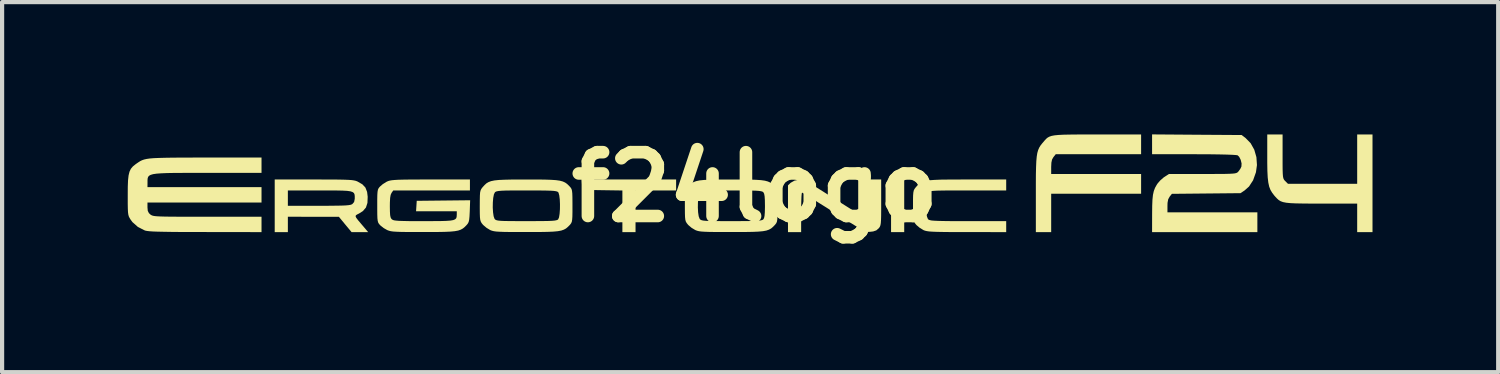
<source format=kicad_pcb>
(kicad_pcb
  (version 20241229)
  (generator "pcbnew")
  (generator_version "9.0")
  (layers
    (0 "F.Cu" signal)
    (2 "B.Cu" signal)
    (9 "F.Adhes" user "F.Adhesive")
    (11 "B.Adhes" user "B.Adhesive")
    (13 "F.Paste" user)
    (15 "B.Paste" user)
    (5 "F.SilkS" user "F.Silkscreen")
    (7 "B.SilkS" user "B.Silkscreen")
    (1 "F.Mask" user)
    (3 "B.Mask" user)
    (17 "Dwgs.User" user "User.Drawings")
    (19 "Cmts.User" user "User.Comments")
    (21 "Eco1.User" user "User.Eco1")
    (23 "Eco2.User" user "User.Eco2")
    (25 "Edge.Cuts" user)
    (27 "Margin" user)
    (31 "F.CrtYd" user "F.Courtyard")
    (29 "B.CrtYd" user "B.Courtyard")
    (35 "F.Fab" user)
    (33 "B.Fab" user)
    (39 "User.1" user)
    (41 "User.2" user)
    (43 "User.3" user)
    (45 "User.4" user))
  (footprint "f24logo"
    (layer "F.Cu")
    (at 14.978 1.418)
    (property "Reference" "f24logo" (at 0 0 0) (layer "F.SilkS") (effects (font (size 1.524 1.524) (thickness 0.3))))
    (attr board_only exclude_from_pos_files exclude_from_bom)
    (fp_poly (pts (xy 3.561 1.074) (xy 3.247 1.074) (xy 3.247 -0.183) (xy 3.561 -0.183)) (stroke (width 0) (type solid)) (fill yes) (layer "F.SilkS"))
    (fp_poly (pts (xy -1.885 0.079) (xy -2.854 0.079) (xy -2.854 1.074) (xy -3.168 1.074) (xy -3.168 0.08) (xy -3.646 0.073) (xy -4.124 0.065) (xy -4.132 -0.059) (xy -4.14 -0.183) (xy -1.885 -0.183)) (stroke (width 0) (type solid)) (fill yes) (layer "F.SilkS"))
    (fp_poly (pts (xy 8.169 -1.257) (xy 9.217 -1.257) (xy 9.217 -0.786) (xy 7.179 -0.786) (xy 7.124 -0.717) (xy 7.091 -0.66) (xy 7.075 -0.585) (xy 7.07 -0.481) (xy 7.07 -0.314) (xy 9.217 -0.314) (xy 9.217 0.157) (xy 7.07 0.157) (xy 7.07 1.074) (xy 6.704 1.074) (xy 6.704 0.175) (xy 6.704 -0.087) (xy 6.705 -0.303) (xy 6.709 -0.478) (xy 6.715 -0.618) (xy 6.725 -0.729) (xy 6.739 -0.816) (xy 6.759 -0.885) (xy 6.784 -0.943) (xy 6.816 -0.995) (xy 6.856 -1.046) (xy 6.878 -1.071) (xy 6.916 -1.116) (xy 6.95 -1.153) (xy 6.986 -1.183) (xy 7.029 -1.206) (xy 7.083 -1.224) (xy 7.154 -1.237) (xy 7.248 -1.246) (xy 7.369 -1.252) (xy 7.523 -1.255) (xy 7.714 -1.257) (xy 7.949 -1.257)) (stroke (width 0) (type solid)) (fill yes) (layer "F.SilkS"))
    (fp_poly (pts (xy 12.595 -0.732) (xy 12.595 -0.554) (xy 12.596 -0.42) (xy 12.599 -0.324) (xy 12.604 -0.258) (xy 12.613 -0.213) (xy 12.626 -0.183) (xy 12.643 -0.16) (xy 12.66 -0.143) (xy 12.724 -0.079) (xy 14.376 -0.079) (xy 14.376 -1.257) (xy 14.742 -1.257) (xy 14.742 1.074) (xy 14.376 1.074) (xy 14.376 0.393) (xy 13.522 0.393) (xy 13.273 0.393) (xy 13.07 0.391) (xy 12.908 0.388) (xy 12.78 0.382) (xy 12.682 0.372) (xy 12.606 0.357) (xy 12.548 0.336) (xy 12.502 0.308) (xy 12.461 0.271) (xy 12.419 0.226) (xy 12.397 0.201) (xy 12.346 0.134) (xy 12.305 0.065) (xy 12.275 -0.013) (xy 12.254 -0.11) (xy 12.24 -0.231) (xy 12.232 -0.385) (xy 12.229 -0.58) (xy 12.229 -0.712) (xy 12.229 -1.257) (xy 12.595 -1.257)) (stroke (width 0) (type solid)) (fill yes) (layer "F.SilkS"))
    (fp_poly (pts (xy 10.548 -1.251) (xy 11.617 -1.244) (xy 11.713 -1.171) (xy 11.832 -1.049) (xy 11.919 -0.894) (xy 11.97 -0.716) (xy 11.983 -0.527) (xy 11.959 -0.355) (xy 11.891 -0.164) (xy 11.793 -0.014) (xy 11.688 0.079) (xy 11.591 0.144) (xy 10.772 0.152) (xy 9.952 0.16) (xy 9.899 0.227) (xy 9.864 0.29) (xy 9.848 0.376) (xy 9.846 0.449) (xy 9.846 0.602) (xy 11.993 0.602) (xy 11.993 1.074) (xy 9.479 1.074) (xy 9.48 0.635) (xy 9.482 0.445) (xy 9.488 0.299) (xy 9.5 0.185) (xy 9.52 0.095) (xy 9.549 0.018) (xy 9.589 -0.054) (xy 9.613 -0.09) (xy 9.675 -0.161) (xy 9.754 -0.23) (xy 9.778 -0.246) (xy 9.882 -0.314) (xy 10.684 -0.314) (xy 10.91 -0.314) (xy 11.089 -0.315) (xy 11.228 -0.316) (xy 11.332 -0.319) (xy 11.406 -0.323) (xy 11.458 -0.329) (xy 11.492 -0.338) (xy 11.515 -0.349) (xy 11.531 -0.364) (xy 11.54 -0.373) (xy 11.586 -0.437) (xy 11.612 -0.491) (xy 11.616 -0.566) (xy 11.595 -0.652) (xy 11.558 -0.725) (xy 11.521 -0.76) (xy 11.482 -0.766) (xy 11.394 -0.772) (xy 11.262 -0.777) (xy 11.087 -0.781) (xy 10.876 -0.784) (xy 10.63 -0.785) (xy 10.476 -0.786) (xy 9.479 -0.786) (xy 9.479 -1.259)) (stroke (width 0) (type solid)) (fill yes) (layer "F.SilkS"))
    (fp_poly (pts (xy -10.533 -0.183) (xy -10.284 -0.182) (xy -10.082 -0.182) (xy -9.921 -0.18) (xy -9.796 -0.177) (xy -9.7 -0.173) (xy -9.629 -0.168) (xy -9.576 -0.16) (xy -9.536 -0.151) (xy -9.503 -0.139) (xy -9.492 -0.134) (xy -9.376 -0.067) (xy -9.303 0.011) (xy -9.263 0.115) (xy -9.249 0.23) (xy -9.255 0.377) (xy -9.291 0.487) (xy -9.364 0.572) (xy -9.454 0.629) (xy -9.502 0.653) (xy -9.531 0.673) (xy -9.538 0.697) (xy -9.522 0.733) (xy -9.478 0.791) (xy -9.405 0.877) (xy -9.366 0.923) (xy -9.238 1.074) (xy -9.634 1.074) (xy -9.786 0.891) (xy -9.937 0.708) (xy -10.546 0.708) (xy -11.155 0.707) (xy -11.155 1.074) (xy -11.469 1.074) (xy -11.469 0.445) (xy -11.155 0.445) (xy -10.415 0.445) (xy -10.193 0.445) (xy -10.017 0.443) (xy -9.882 0.441) (xy -9.781 0.437) (xy -9.71 0.431) (xy -9.661 0.423) (xy -9.63 0.412) (xy -9.616 0.404) (xy -9.573 0.355) (xy -9.558 0.279) (xy -9.558 0.262) (xy -9.558 0.212) (xy -9.564 0.171) (xy -9.579 0.14) (xy -9.61 0.117) (xy -9.662 0.1) (xy -9.739 0.089) (xy -9.849 0.083) (xy -9.994 0.08) (xy -10.183 0.079) (xy -10.398 0.079) (xy -11.155 0.079) (xy -11.155 0.445) (xy -11.469 0.445) (xy -11.469 -0.183)) (stroke (width 0) (type solid)) (fill yes) (layer "F.SilkS"))
    (fp_poly (pts (xy 3.011 0.365) (xy 3.011 0.548) (xy 3.01 0.686) (xy 3.007 0.787) (xy 3.002 0.858) (xy 2.994 0.906) (xy 2.982 0.94) (xy 2.966 0.966) (xy 2.951 0.984) (xy 2.894 1.033) (xy 2.819 1.058) (xy 2.761 1.065) (xy 2.725 1.068) (xy 2.692 1.067) (xy 2.656 1.059) (xy 2.612 1.043) (xy 2.555 1.016) (xy 2.479 0.973) (xy 2.38 0.914) (xy 2.253 0.835) (xy 2.092 0.734) (xy 1.892 0.607) (xy 1.886 0.604) (xy 1.709 0.491) (xy 1.545 0.389) (xy 1.401 0.299) (xy 1.281 0.225) (xy 1.191 0.17) (xy 1.136 0.138) (xy 1.121 0.131) (xy 1.114 0.156) (xy 1.108 0.225) (xy 1.104 0.329) (xy 1.101 0.462) (xy 1.1 0.602) (xy 1.1 1.074) (xy 0.786 1.074) (xy 0.786 -0.043) (xy 0.85 -0.104) (xy 0.942 -0.156) (xy 1.04 -0.175) (xy 1.075 -0.177) (xy 1.108 -0.176) (xy 1.145 -0.168) (xy 1.19 -0.151) (xy 1.249 -0.121) (xy 1.327 -0.078) (xy 1.429 -0.016) (xy 1.56 0.065) (xy 1.725 0.169) (xy 1.91 0.287) (xy 2.088 0.399) (xy 2.252 0.502) (xy 2.396 0.592) (xy 2.516 0.665) (xy 2.606 0.72) (xy 2.661 0.752) (xy 2.676 0.759) (xy 2.683 0.735) (xy 2.689 0.666) (xy 2.693 0.561) (xy 2.696 0.429) (xy 2.697 0.288) (xy 2.697 -0.183) (xy 3.011 -0.183)) (stroke (width 0) (type solid)) (fill yes) (layer "F.SilkS"))
    (fp_poly (pts (xy 5.996 0.079) (xy 5.084 0.079) (xy 4.84 0.079) (xy 4.644 0.079) (xy 4.489 0.081) (xy 4.37 0.083) (xy 4.283 0.087) (xy 4.221 0.092) (xy 4.179 0.099) (xy 4.152 0.108) (xy 4.135 0.12) (xy 4.128 0.126) (xy 4.105 0.18) (xy 4.089 0.27) (xy 4.081 0.381) (xy 4.081 0.501) (xy 4.089 0.614) (xy 4.105 0.706) (xy 4.128 0.763) (xy 4.133 0.768) (xy 4.15 0.78) (xy 4.178 0.789) (xy 4.22 0.797) (xy 4.284 0.802) (xy 4.373 0.806) (xy 4.494 0.809) (xy 4.651 0.811) (xy 4.849 0.812) (xy 5.089 0.812) (xy 5.996 0.812) (xy 5.996 1.074) (xy 5.06 1.073) (xy 4.811 1.073) (xy 4.609 1.072) (xy 4.448 1.07) (xy 4.322 1.067) (xy 4.226 1.063) (xy 4.155 1.058) (xy 4.101 1.05) (xy 4.061 1.041) (xy 4.028 1.029) (xy 4.018 1.024) (xy 3.932 0.972) (xy 3.854 0.906) (xy 3.842 0.892) (xy 3.813 0.857) (xy 3.794 0.822) (xy 3.781 0.779) (xy 3.775 0.717) (xy 3.771 0.626) (xy 3.771 0.496) (xy 3.771 0.445) (xy 3.771 0.3) (xy 3.773 0.198) (xy 3.779 0.128) (xy 3.789 0.08) (xy 3.806 0.044) (xy 3.832 0.01) (xy 3.842 -0.002) (xy 3.881 -0.046) (xy 3.919 -0.083) (xy 3.962 -0.112) (xy 4.015 -0.135) (xy 4.084 -0.153) (xy 4.174 -0.165) (xy 4.29 -0.173) (xy 4.438 -0.179) (xy 4.623 -0.181) (xy 4.851 -0.182) (xy 5.06 -0.183) (xy 5.996 -0.183)) (stroke (width 0) (type solid)) (fill yes) (layer "F.SilkS"))
    (fp_poly (pts (xy -11.784 -0.34) (xy -13.068 -0.34) (xy -13.379 -0.34) (xy -13.641 -0.34) (xy -13.86 -0.339) (xy -14.038 -0.336) (xy -14.18 -0.33) (xy -14.29 -0.322) (xy -14.372 -0.31) (xy -14.43 -0.293) (xy -14.468 -0.272) (xy -14.491 -0.245) (xy -14.502 -0.212) (xy -14.506 -0.172) (xy -14.506 -0.124) (xy -14.506 -0.111) (xy -14.507 0) (xy -11.784 0) (xy -11.784 0.367) (xy -14.507 0.367) (xy -14.507 0.483) (xy -14.5 0.565) (xy -14.473 0.62) (xy -14.438 0.653) (xy -14.421 0.665) (xy -14.401 0.675) (xy -14.374 0.684) (xy -14.335 0.691) (xy -14.28 0.696) (xy -14.204 0.7) (xy -14.102 0.703) (xy -13.971 0.705) (xy -13.805 0.706) (xy -13.599 0.707) (xy -13.351 0.707) (xy -13.076 0.707) (xy -11.784 0.707) (xy -11.784 1.074) (xy -13.126 1.072) (xy -13.442 1.072) (xy -13.71 1.071) (xy -13.933 1.069) (xy -14.116 1.066) (xy -14.262 1.063) (xy -14.375 1.059) (xy -14.46 1.053) (xy -14.52 1.046) (xy -14.559 1.038) (xy -14.567 1.036) (xy -14.734 0.952) (xy -14.867 0.834) (xy -14.91 0.775) (xy -14.934 0.736) (xy -14.952 0.7) (xy -14.964 0.657) (xy -14.972 0.598) (xy -14.976 0.515) (xy -14.978 0.4) (xy -14.978 0.244) (xy -14.978 0.188) (xy -14.977 -0.01) (xy -14.971 -0.163) (xy -14.958 -0.28) (xy -14.936 -0.369) (xy -14.903 -0.438) (xy -14.856 -0.494) (xy -14.793 -0.545) (xy -14.765 -0.565) (xy -14.721 -0.595) (xy -14.68 -0.621) (xy -14.637 -0.642) (xy -14.588 -0.659) (xy -14.527 -0.673) (xy -14.451 -0.684) (xy -14.354 -0.692) (xy -14.233 -0.697) (xy -14.081 -0.701) (xy -13.896 -0.704) (xy -13.671 -0.705) (xy -13.403 -0.706) (xy -13.126 -0.706) (xy -11.784 -0.707)) (stroke (width 0) (type solid)) (fill yes) (layer "F.SilkS"))
    (fp_poly (pts (xy -6.808 0.079) (xy -8.638 0.079) (xy -8.679 0.137) (xy -8.7 0.183) (xy -8.713 0.256) (xy -8.719 0.366) (xy -8.72 0.46) (xy -8.718 0.585) (xy -8.713 0.669) (xy -8.702 0.722) (xy -8.684 0.756) (xy -8.672 0.768) (xy -8.652 0.781) (xy -8.622 0.792) (xy -8.574 0.799) (xy -8.503 0.805) (xy -8.403 0.808) (xy -8.268 0.811) (xy -8.091 0.812) (xy -7.914 0.812) (xy -7.69 0.811) (xy -7.513 0.81) (xy -7.377 0.806) (xy -7.277 0.799) (xy -7.207 0.787) (xy -7.163 0.769) (xy -7.137 0.745) (xy -7.126 0.713) (xy -7.123 0.671) (xy -7.122 0.653) (xy -7.122 0.576) (xy -8.094 0.576) (xy -8.086 0.452) (xy -8.078 0.327) (xy -7.441 0.32) (xy -6.803 0.313) (xy -6.812 0.574) (xy -6.818 0.696) (xy -6.826 0.778) (xy -6.839 0.833) (xy -6.861 0.874) (xy -6.887 0.905) (xy -6.931 0.95) (xy -6.976 0.987) (xy -7.026 1.015) (xy -7.089 1.037) (xy -7.171 1.052) (xy -7.277 1.062) (xy -7.414 1.068) (xy -7.588 1.071) (xy -7.806 1.072) (xy -7.921 1.072) (xy -8.144 1.072) (xy -8.321 1.071) (xy -8.458 1.069) (xy -8.562 1.065) (xy -8.64 1.06) (xy -8.697 1.052) (xy -8.74 1.041) (xy -8.776 1.028) (xy -8.785 1.024) (xy -8.869 0.976) (xy -8.943 0.917) (xy -8.955 0.905) (xy -8.981 0.875) (xy -8.999 0.844) (xy -9.01 0.803) (xy -9.017 0.742) (xy -9.02 0.651) (xy -9.021 0.522) (xy -9.021 0.445) (xy -9.021 0.295) (xy -9.019 0.187) (xy -9.014 0.113) (xy -9.005 0.063) (xy -8.99 0.029) (xy -8.968 -0.000045) (xy -8.955 -0.014) (xy -8.888 -0.072) (xy -8.803 -0.125) (xy -8.785 -0.134) (xy -8.754 -0.147) (xy -8.717 -0.157) (xy -8.669 -0.165) (xy -8.605 -0.171) (xy -8.518 -0.176) (xy -8.404 -0.179) (xy -8.256 -0.181) (xy -8.069 -0.182) (xy -7.837 -0.183) (xy -7.744 -0.183) (xy -6.808 -0.183)) (stroke (width 0) (type solid)) (fill yes) (layer "F.SilkS"))
    (fp_poly (pts (xy -5.22 -0.182) (xy -5.027 -0.18) (xy -4.874 -0.175) (xy -4.754 -0.167) (xy -4.662 -0.154) (xy -4.591 -0.135) (xy -4.536 -0.11) (xy -4.49 -0.078) (xy -4.446 -0.036) (xy -4.425 -0.014) (xy -4.4 0.015) (xy -4.382 0.046) (xy -4.371 0.087) (xy -4.364 0.148) (xy -4.361 0.239) (xy -4.36 0.368) (xy -4.36 0.445) (xy -4.36 0.596) (xy -4.362 0.703) (xy -4.367 0.777) (xy -4.376 0.827) (xy -4.391 0.861) (xy -4.412 0.89) (xy -4.425 0.905) (xy -4.47 0.95) (xy -4.514 0.987) (xy -4.565 1.015) (xy -4.628 1.037) (xy -4.709 1.052) (xy -4.815 1.062) (xy -4.953 1.068) (xy -5.127 1.071) (xy -5.345 1.072) (xy -5.46 1.072) (xy -5.683 1.072) (xy -5.86 1.071) (xy -5.997 1.069) (xy -6.102 1.065) (xy -6.18 1.06) (xy -6.237 1.052) (xy -6.281 1.041) (xy -6.317 1.028) (xy -6.325 1.024) (xy -6.411 0.972) (xy -6.489 0.906) (xy -6.502 0.892) (xy -6.53 0.857) (xy -6.549 0.822) (xy -6.562 0.779) (xy -6.569 0.717) (xy -6.572 0.626) (xy -6.573 0.496) (xy -6.573 0.487) (xy -6.263 0.487) (xy -6.256 0.601) (xy -6.242 0.696) (xy -6.22 0.757) (xy -6.215 0.764) (xy -6.199 0.778) (xy -6.175 0.789) (xy -6.137 0.798) (xy -6.079 0.804) (xy -5.995 0.808) (xy -5.878 0.81) (xy -5.723 0.811) (xy -5.524 0.812) (xy -5.458 0.812) (xy -5.241 0.811) (xy -5.072 0.81) (xy -4.942 0.808) (xy -4.848 0.804) (xy -4.782 0.798) (xy -4.739 0.789) (xy -4.713 0.779) (xy -4.702 0.771) (xy -4.681 0.723) (xy -4.667 0.637) (xy -4.659 0.527) (xy -4.658 0.408) (xy -4.663 0.293) (xy -4.675 0.197) (xy -4.693 0.133) (xy -4.702 0.12) (xy -4.721 0.107) (xy -4.752 0.098) (xy -4.803 0.09) (xy -4.879 0.085) (xy -4.986 0.082) (xy -5.13 0.08) (xy -5.316 0.079) (xy -5.453 0.079) (xy -5.667 0.079) (xy -5.836 0.08) (xy -5.964 0.082) (xy -6.058 0.086) (xy -6.123 0.092) (xy -6.167 0.1) (xy -6.195 0.111) (xy -6.21 0.122) (xy -6.235 0.171) (xy -6.252 0.258) (xy -6.261 0.368) (xy -6.263 0.487) (xy -6.573 0.487) (xy -6.573 0.445) (xy -6.572 0.3) (xy -6.57 0.198) (xy -6.565 0.128) (xy -6.554 0.08) (xy -6.537 0.044) (xy -6.512 0.01) (xy -6.502 -0.002) (xy -6.458 -0.05) (xy -6.415 -0.09) (xy -6.365 -0.12) (xy -6.304 -0.143) (xy -6.223 -0.16) (xy -6.118 -0.171) (xy -5.983 -0.177) (xy -5.811 -0.181) (xy -5.595 -0.182) (xy -5.46 -0.182)) (stroke (width 0) (type solid)) (fill yes) (layer "F.SilkS"))
    (fp_poly (pts (xy -0.324 -0.182) (xy -0.13 -0.18) (xy 0.023 -0.175) (xy 0.143 -0.167) (xy 0.235 -0.154) (xy 0.305 -0.135) (xy 0.361 -0.11) (xy 0.407 -0.078) (xy 0.451 -0.036) (xy 0.471 -0.014) (xy 0.497 0.015) (xy 0.514 0.046) (xy 0.526 0.087) (xy 0.533 0.148) (xy 0.536 0.239) (xy 0.537 0.368) (xy 0.537 0.445) (xy 0.536 0.596) (xy 0.535 0.703) (xy 0.53 0.777) (xy 0.521 0.827) (xy 0.506 0.861) (xy 0.484 0.89) (xy 0.471 0.905) (xy 0.427 0.95) (xy 0.383 0.987) (xy 0.332 1.015) (xy 0.269 1.037) (xy 0.188 1.052) (xy 0.081 1.062) (xy -0.056 1.068) (xy -0.23 1.071) (xy -0.448 1.072) (xy -0.563 1.072) (xy -0.786 1.072) (xy -0.963 1.071) (xy -1.101 1.069) (xy -1.205 1.065) (xy -1.283 1.06) (xy -1.34 1.052) (xy -1.384 1.041) (xy -1.42 1.028) (xy -1.428 1.024) (xy -1.515 0.972) (xy -1.593 0.906) (xy -1.605 0.892) (xy -1.633 0.857) (xy -1.653 0.822) (xy -1.665 0.779) (xy -1.672 0.717) (xy -1.675 0.626) (xy -1.676 0.496) (xy -1.676 0.487) (xy -1.366 0.487) (xy -1.36 0.601) (xy -1.346 0.696) (xy -1.323 0.757) (xy -1.318 0.764) (xy -1.302 0.778) (xy -1.278 0.789) (xy -1.24 0.798) (xy -1.182 0.804) (xy -1.098 0.808) (xy -0.981 0.81) (xy -0.827 0.811) (xy -0.628 0.812) (xy -0.561 0.812) (xy -0.345 0.811) (xy -0.175 0.81) (xy -0.046 0.808) (xy 0.049 0.804) (xy 0.115 0.798) (xy 0.158 0.789) (xy 0.184 0.779) (xy 0.195 0.771) (xy 0.214 0.74) (xy 0.226 0.687) (xy 0.233 0.602) (xy 0.236 0.477) (xy 0.236 0.445) (xy 0.234 0.31) (xy 0.228 0.218) (xy 0.217 0.159) (xy 0.199 0.125) (xy 0.195 0.12) (xy 0.176 0.107) (xy 0.144 0.098) (xy 0.093 0.09) (xy 0.018 0.085) (xy -0.089 0.082) (xy -0.233 0.08) (xy -0.42 0.079) (xy -0.556 0.079) (xy -0.771 0.079) (xy -0.939 0.08) (xy -1.067 0.082) (xy -1.161 0.086) (xy -1.227 0.092) (xy -1.271 0.1) (xy -1.299 0.111) (xy -1.314 0.122) (xy -1.338 0.171) (xy -1.355 0.258) (xy -1.364 0.368) (xy -1.366 0.487) (xy -1.676 0.487) (xy -1.676 0.445) (xy -1.676 0.3) (xy -1.673 0.198) (xy -1.668 0.128) (xy -1.657 0.08) (xy -1.64 0.044) (xy -1.615 0.01) (xy -1.605 -0.002) (xy -1.562 -0.05) (xy -1.518 -0.09) (xy -1.469 -0.12) (xy -1.407 -0.143) (xy -1.327 -0.16) (xy -1.222 -0.171) (xy -1.086 -0.177) (xy -0.914 -0.181) (xy -0.699 -0.182) (xy -0.563 -0.182)) (stroke (width 0) (type solid)) (fill yes) (layer "F.SilkS")))
  (gr_rect
    (start -3 -3)
    (end 32.721 5.836)
    (stroke (width 0.1) (type default))
    (fill no)
    (layer "Edge.Cuts")))
</source>
